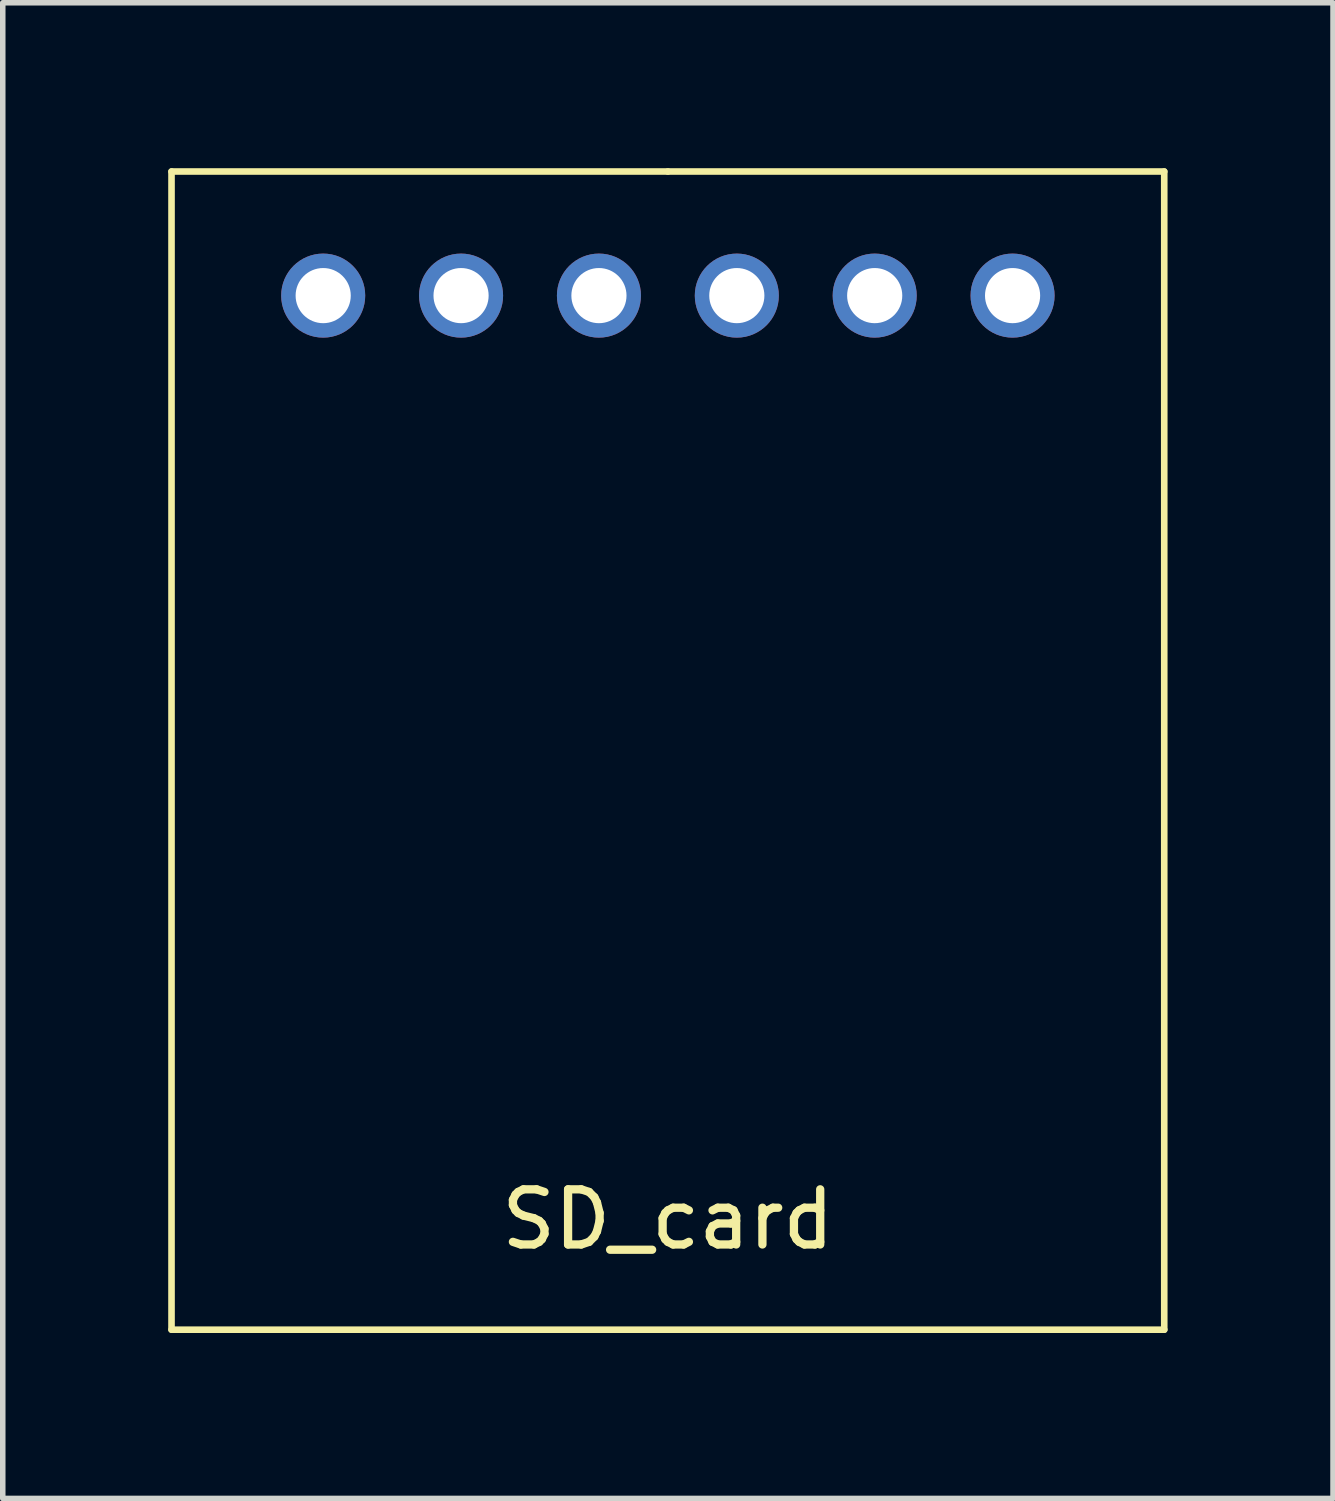
<source format=kicad_pcb>
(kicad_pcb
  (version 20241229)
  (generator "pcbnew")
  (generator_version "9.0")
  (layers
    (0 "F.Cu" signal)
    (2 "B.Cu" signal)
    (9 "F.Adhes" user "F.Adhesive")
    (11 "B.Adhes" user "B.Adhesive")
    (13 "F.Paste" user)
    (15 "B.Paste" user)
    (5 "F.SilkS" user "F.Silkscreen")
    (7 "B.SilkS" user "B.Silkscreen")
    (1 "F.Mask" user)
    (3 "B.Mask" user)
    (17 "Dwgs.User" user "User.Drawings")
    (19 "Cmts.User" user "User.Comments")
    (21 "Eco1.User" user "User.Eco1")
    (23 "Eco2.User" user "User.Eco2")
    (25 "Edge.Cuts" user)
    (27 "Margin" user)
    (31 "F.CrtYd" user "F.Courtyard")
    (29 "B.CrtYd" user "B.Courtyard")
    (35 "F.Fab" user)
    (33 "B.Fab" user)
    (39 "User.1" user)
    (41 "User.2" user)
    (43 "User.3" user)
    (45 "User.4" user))
  (footprint "SD_card"
    (layer "F.Cu")
    (at 9.06 5.06)
    (property "Reference" "SD_card" (at 0 14 0) (layer "F.SilkS") (effects (font (size 1 1) (thickness 0.15))))
    (attr through_hole)
    (fp_line (start -9 -5) (end 0 -5) (stroke (width 0.12) (type solid)) (layer "F.SilkS"))
    (fp_line (start -9 16) (end -9 -5) (stroke (width 0.12) (type solid)) (layer "F.SilkS"))
    (fp_line (start 0 -5) (end 9 -5) (stroke (width 0.12) (type solid)) (layer "F.SilkS"))
    (fp_line (start 9 -5) (end 9 16) (stroke (width 0.12) (type solid)) (layer "F.SilkS"))
    (fp_line (start 9 16) (end -9 16) (stroke (width 0.12) (type solid)) (layer "F.SilkS"))
    (pad "1" thru_hole circle (at -6.25 -2.75) (size 1.524 1.524) (drill 1) (layers "*.Cu" "*.Mask"))
    (pad "2" thru_hole circle (at -3.75 -2.75) (size 1.524 1.524) (drill 1) (layers "*.Cu" "*.Mask"))
    (pad "3" thru_hole circle (at -1.25 -2.75) (size 1.524 1.524) (drill 1) (layers "*.Cu" "*.Mask"))
    (pad "4" thru_hole circle (at 1.25 -2.75) (size 1.524 1.524) (drill 1) (layers "*.Cu" "*.Mask"))
    (pad "5" thru_hole circle (at 3.75 -2.75) (size 1.524 1.524) (drill 1) (layers "*.Cu" "*.Mask"))
    (pad "6" thru_hole circle (at 6.25 -2.75) (size 1.524 1.524) (drill 1) (layers "*.Cu" "*.Mask")))
  (gr_rect
    (start -3 -3)
    (end 21.12 24.12)
    (stroke (width 0.1) (type default))
    (fill no)
    (layer "Edge.Cuts")))
</source>
